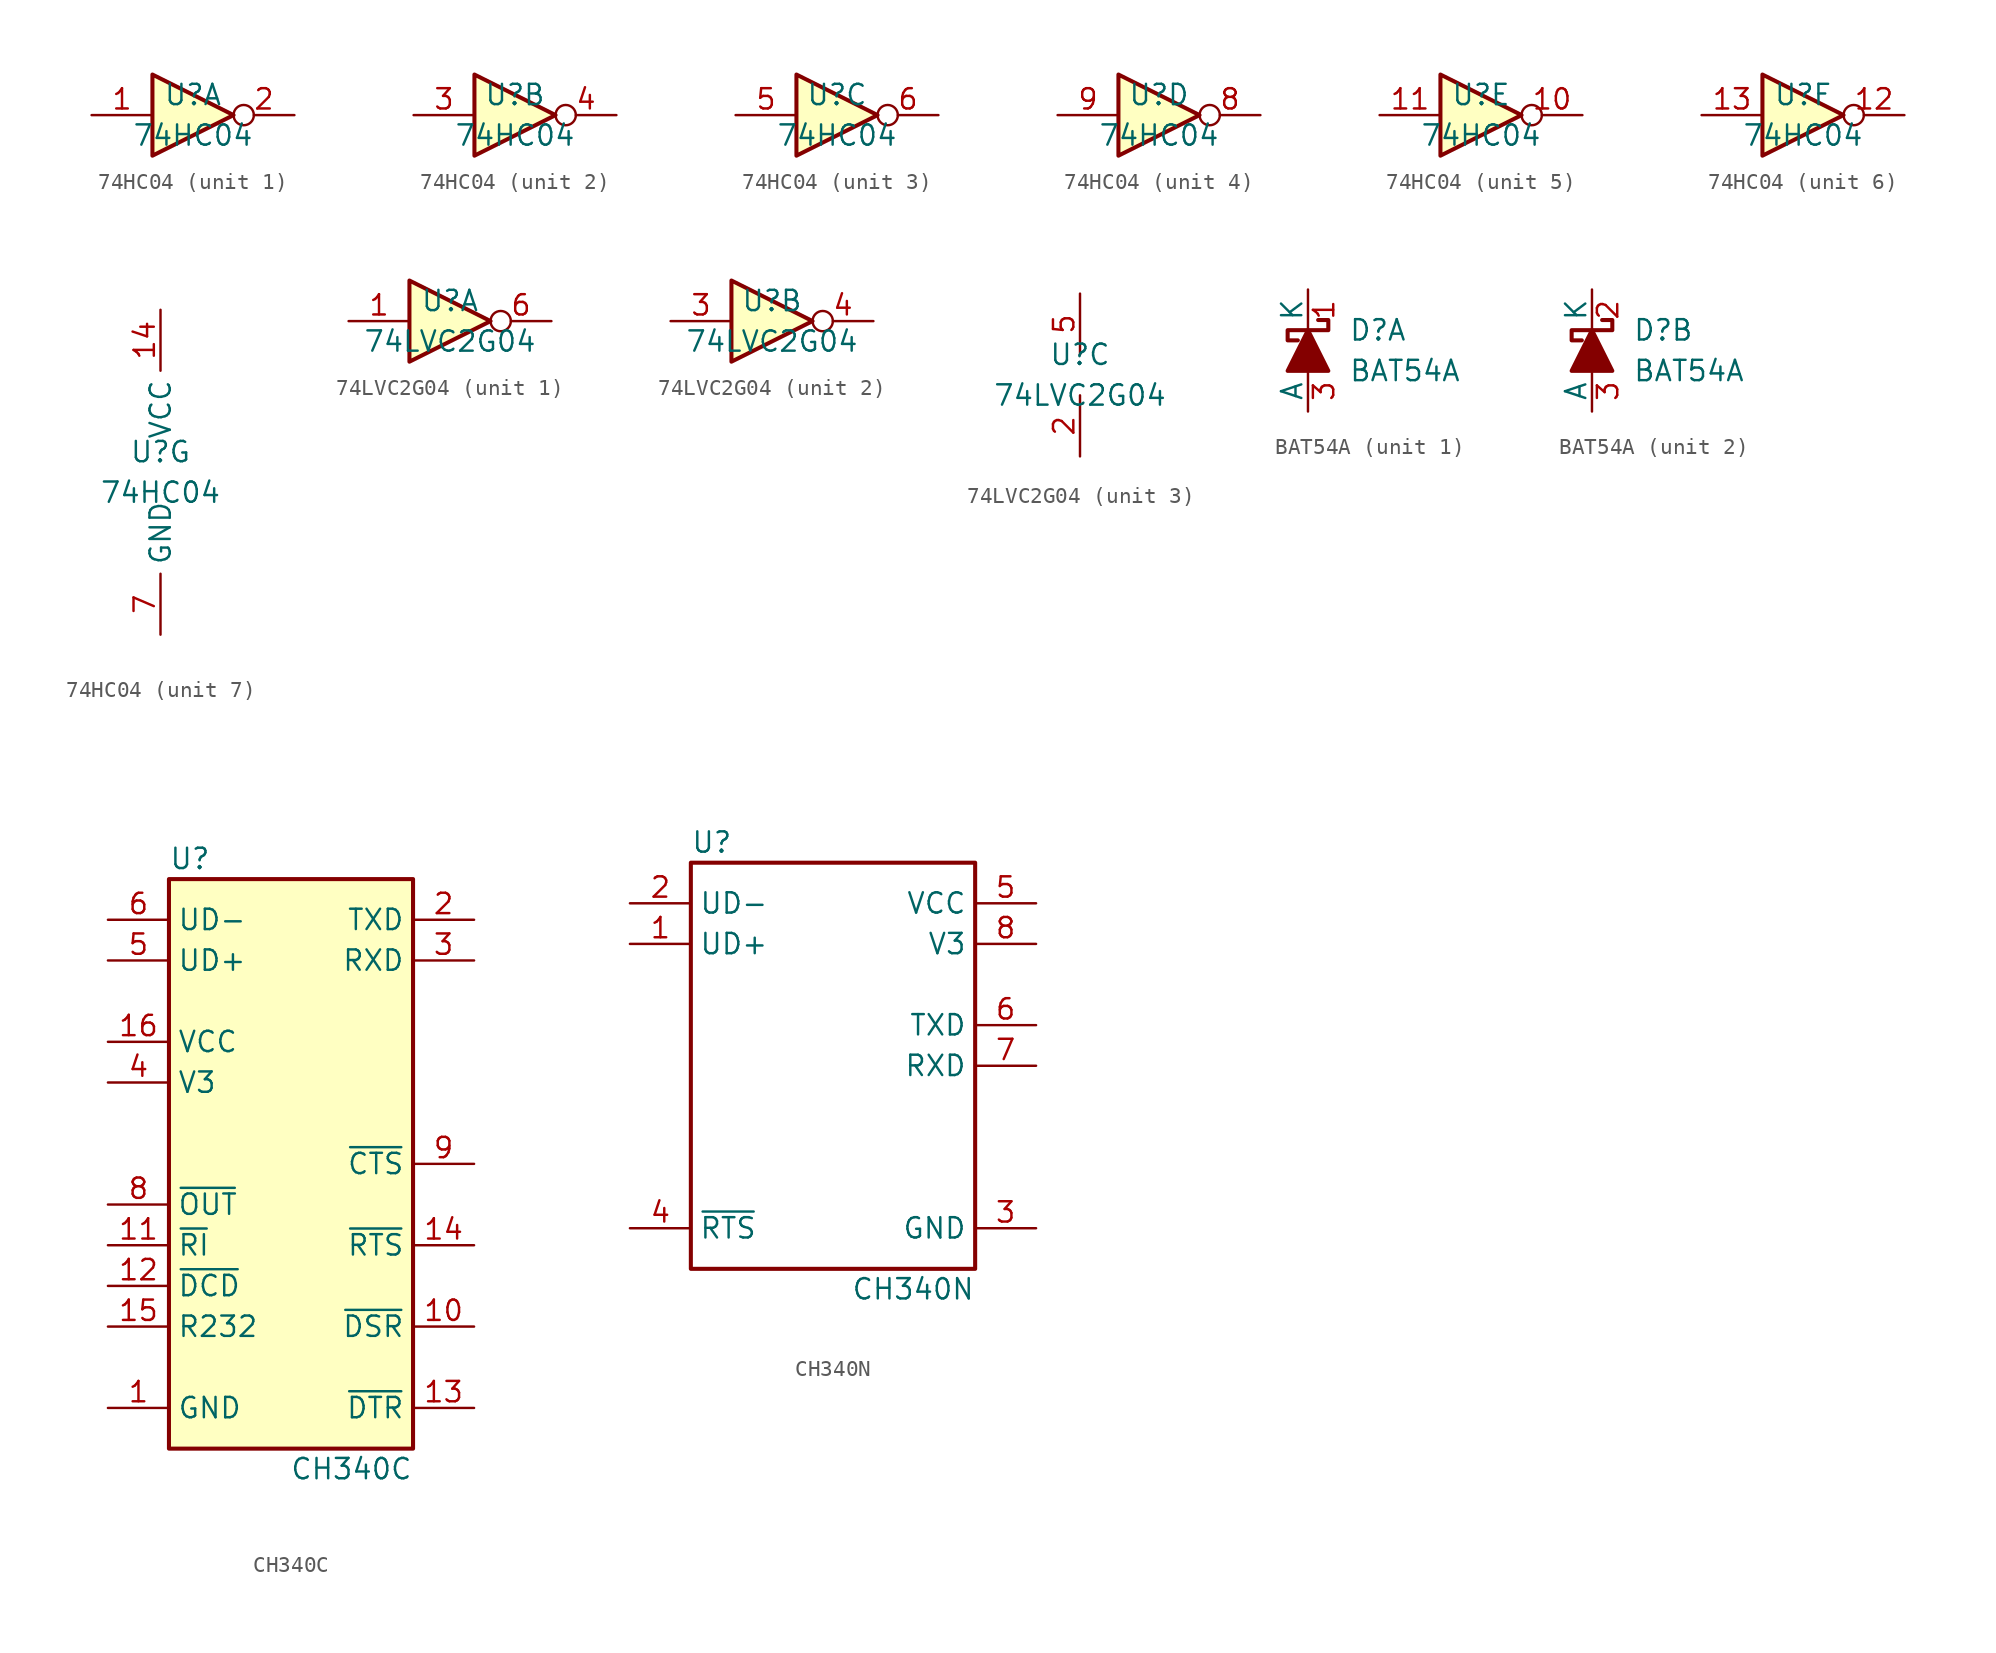
<source format=kicad_sym>
(kicad_symbol_lib
  (version 20231120)
  (generator "kicad_symbol_editor")
  (generator_version "8.0")
  (symbol "74HC04"
    (property "Reference" "U"
      (at 0 1.27 0)
      (effects (font (size 1.27 1.27))))
    (property "Value" "74HC04"
      (at 0 -1.27 0)
      (effects (font (size 1.27 1.27))))
    (property "ki_locked" ""
      (at 0 0 0)
      (effects (font (size 1.27 1.27))))
    (symbol "74HC04_1_0"
      (polyline (pts (xy -2.54 2.54) (xy -2.54 -2.54) (xy 2.54 0) (xy -2.54 2.54)) (stroke (width 0.254) (type default)) (fill (type background)))
      (pin input line (at -6.35 0 0) (length 3.81) (name "~" (effects (font (size 1.27 1.27)))) (number "1" (effects (font (size 1.27 1.27)))))
      (pin output inverted (at 6.35 0 180) (length 3.81) (name "~" (effects (font (size 1.27 1.27)))) (number "2" (effects (font (size 1.27 1.27))))))
    (symbol "74HC04_2_0"
      (polyline (pts (xy -2.54 2.54) (xy -2.54 -2.54) (xy 2.54 0) (xy -2.54 2.54)) (stroke (width 0.254) (type default)) (fill (type background)))
      (pin input line (at -6.35 0 0) (length 3.81) (name "~" (effects (font (size 1.27 1.27)))) (number "3" (effects (font (size 1.27 1.27)))))
      (pin output inverted (at 6.35 0 180) (length 3.81) (name "~" (effects (font (size 1.27 1.27)))) (number "4" (effects (font (size 1.27 1.27))))))
    (symbol "74HC04_3_0"
      (polyline (pts (xy -2.54 2.54) (xy -2.54 -2.54) (xy 2.54 0) (xy -2.54 2.54)) (stroke (width 0.254) (type default)) (fill (type background)))
      (pin input line (at -6.35 0 0) (length 3.81) (name "~" (effects (font (size 1.27 1.27)))) (number "5" (effects (font (size 1.27 1.27)))))
      (pin output inverted (at 6.35 0 180) (length 3.81) (name "~" (effects (font (size 1.27 1.27)))) (number "6" (effects (font (size 1.27 1.27))))))
    (symbol "74HC04_4_0"
      (polyline (pts (xy -2.54 2.54) (xy -2.54 -2.54) (xy 2.54 0) (xy -2.54 2.54)) (stroke (width 0.254) (type default)) (fill (type background)))
      (pin output inverted (at 6.35 0 180) (length 3.81) (name "~" (effects (font (size 1.27 1.27)))) (number "8" (effects (font (size 1.27 1.27)))))
      (pin input line (at -6.35 0 0) (length 3.81) (name "~" (effects (font (size 1.27 1.27)))) (number "9" (effects (font (size 1.27 1.27))))))
    (symbol "74HC04_5_0"
      (polyline (pts (xy -2.54 2.54) (xy -2.54 -2.54) (xy 2.54 0) (xy -2.54 2.54)) (stroke (width 0.254) (type default)) (fill (type background)))
      (pin output inverted (at 6.35 0 180) (length 3.81) (name "~" (effects (font (size 1.27 1.27)))) (number "10" (effects (font (size 1.27 1.27)))))
      (pin input line (at -6.35 0 0) (length 3.81) (name "~" (effects (font (size 1.27 1.27)))) (number "11" (effects (font (size 1.27 1.27))))))
    (symbol "74HC04_6_0"
      (polyline (pts (xy -2.54 2.54) (xy -2.54 -2.54) (xy 2.54 0) (xy -2.54 2.54)) (stroke (width 0.254) (type default)) (fill (type background)))
      (pin output inverted (at 6.35 0 180) (length 3.81) (name "~" (effects (font (size 1.27 1.27)))) (number "12" (effects (font (size 1.27 1.27)))))
      (pin input line (at -6.35 0 0) (length 3.81) (name "~" (effects (font (size 1.27 1.27)))) (number "13" (effects (font (size 1.27 1.27))))))
    (symbol "74HC04_7_0"
      (pin power_in line (at 0 10.16 270) (length 3.81) (name "VCC" (effects (font (size 1.27 1.27)))) (number "14" (effects (font (size 1.27 1.27)))))
      (pin power_in line (at 0 -10.16 90) (length 3.81) (name "GND" (effects (font (size 1.27 1.27)))) (number "7" (effects (font (size 1.27 1.27)))))))
  (symbol "74LVC2G04"
    (pin_names hide)
    (property "Reference" "U"
      (at 0 1.27 0)
      (effects (font (size 1.27 1.27))))
    (property "Value" "74LVC2G04"
      (at 0 -1.27 0)
      (effects (font (size 1.27 1.27))))
    (property "ki_locked" ""
      (at 0 0 0)
      (effects (font (size 1.27 1.27))))
    (symbol "74LVC2G04_1_0"
      (polyline (pts (xy -2.54 2.54) (xy -2.54 -2.54) (xy 2.54 0) (xy -2.54 2.54)) (stroke (width 0.254) (type default)) (fill (type background)))
      (pin input line (at -6.35 0 0) (length 3.81) (name "A1" (effects (font (size 1.27 1.27)))) (number "1" (effects (font (size 1.27 1.27)))))
      (pin output inverted (at 6.35 0 180) (length 3.81) (name "~{Y1}" (effects (font (size 1.27 1.27)))) (number "6" (effects (font (size 1.27 1.27))))))
    (symbol "74LVC2G04_2_0"
      (polyline (pts (xy -2.54 2.54) (xy -2.54 -2.54) (xy 2.54 0) (xy -2.54 2.54)) (stroke (width 0.254) (type default)) (fill (type background)))
      (pin input line (at -6.35 0 0) (length 3.81) (name "A2" (effects (font (size 1.27 1.27)))) (number "3" (effects (font (size 1.27 1.27)))))
      (pin output inverted (at 6.35 0 180) (length 3.81) (name "~{Y2}" (effects (font (size 1.27 1.27)))) (number "4" (effects (font (size 1.27 1.27))))))
    (symbol "74LVC2G04_3_0"
      (pin power_in line (at 0 -5.08 90) (length 3.81) (name "GND" (effects (font (size 1.27 1.27)))) (number "2" (effects (font (size 1.27 1.27)))))
      (pin power_in line (at 0 5.08 270) (length 3.81) (name "VCC" (effects (font (size 1.27 1.27)))) (number "5" (effects (font (size 1.27 1.27)))))))
  (symbol "BAT54A"
    (pin_names
      (offset 0))
    (property "Reference" "D"
      (at 2.54 1.27 0)
      (effects (font (size 1.27 1.27)) (justify left)))
    (property "Value" "BAT54A"
      (at 2.54 -1.27 0)
      (effects (font (size 1.27 1.27)) (justify left)))
    (property "ki_locked" ""
      (at 0 0 0)
      (effects (font (size 1.27 1.27))))
    (symbol "BAT54A_0_1"
      (polyline (pts (xy 1.27 -1.27) (xy -1.27 -1.27) (xy 0 1.27) (xy 1.27 -1.27)) (stroke (width 0.254) (type default)) (fill (type outline)))
      (polyline (pts (xy 0.635 1.905) (xy 1.27 1.905) (xy 1.27 1.27) (xy -1.27 1.27) (xy -1.27 0.635) (xy -0.635 0.635)) (stroke (width 0.254) (type default)) (fill (type none))))
    (symbol "BAT54A_1_1"
      (pin passive line (at 0 3.81 270) (length 2.54) (name "K" (effects (font (size 1.27 1.27)))) (number "1" (effects (font (size 1.27 1.27)))))
      (pin passive line (at 0 -3.81 90) (length 2.54) (name "A" (effects (font (size 1.27 1.27)))) (number "3" (effects (font (size 1.27 1.27))))))
    (symbol "BAT54A_2_1"
      (pin passive line (at 0 3.81 270) (length 2.54) (name "K" (effects (font (size 1.27 1.27)))) (number "2" (effects (font (size 1.27 1.27)))))
      (pin passive line (at 0 -3.81 90) (length 2.54) (name "A" (effects (font (size 1.27 1.27)))) (number "3" (effects (font (size 1.27 1.27)))))))
  (symbol "CH340C"
    (property "Reference" "U"
      (at -7.62 19.05 0)
      (effects (font (size 1.27 1.27)) (justify left)))
    (property "Value" "CH340C"
      (at 7.62 -19.05 0)
      (effects (font (size 1.27 1.27)) (justify right)))
    (symbol "CH340C_0_1"
      (rectangle (start -7.62 17.78) (end 7.62 -17.78) (stroke (width 0.254) (type default)) (fill (type background))))
    (symbol "CH340C_1_1"
      (pin power_in line (at -11.43 -15.24 0) (length 3.81) (name "GND" (effects (font (size 1.27 1.27)))) (number "1" (effects (font (size 1.27 1.27)))))
      (pin input line (at 11.43 -10.16 180) (length 3.81) (name "~{DSR}" (effects (font (size 1.27 1.27)))) (number "10" (effects (font (size 1.27 1.27)))))
      (pin input line (at -11.43 -5.08 0) (length 3.81) (name "~{RI}" (effects (font (size 1.27 1.27)))) (number "11" (effects (font (size 1.27 1.27)))))
      (pin input line (at -11.43 -7.62 0) (length 3.81) (name "~{DCD}" (effects (font (size 1.27 1.27)))) (number "12" (effects (font (size 1.27 1.27)))))
      (pin output line (at 11.43 -15.24 180) (length 3.81) (name "~{DTR}" (effects (font (size 1.27 1.27)))) (number "13" (effects (font (size 1.27 1.27)))))
      (pin output line (at 11.43 -5.08 180) (length 3.81) (name "~{RTS}" (effects (font (size 1.27 1.27)))) (number "14" (effects (font (size 1.27 1.27)))))
      (pin input line (at -11.43 -10.16 0) (length 3.81) (name "R232" (effects (font (size 1.27 1.27)))) (number "15" (effects (font (size 1.27 1.27)))))
      (pin power_in line (at -11.43 7.62 0) (length 3.81) (name "VCC" (effects (font (size 1.27 1.27)))) (number "16" (effects (font (size 1.27 1.27)))))
      (pin output line (at 11.43 15.24 180) (length 3.81) (name "TXD" (effects (font (size 1.27 1.27)))) (number "2" (effects (font (size 1.27 1.27)))))
      (pin input line (at 11.43 12.7 180) (length 3.81) (name "RXD" (effects (font (size 1.27 1.27)))) (number "3" (effects (font (size 1.27 1.27)))))
      (pin passive line (at -11.43 5.08 0) (length 3.81) (name "V3" (effects (font (size 1.27 1.27)))) (number "4" (effects (font (size 1.27 1.27)))))
      (pin bidirectional line (at -11.43 12.7 0) (length 3.81) (name "UD+" (effects (font (size 1.27 1.27)))) (number "5" (effects (font (size 1.27 1.27)))))
      (pin bidirectional line (at -11.43 15.24 0) (length 3.81) (name "UD-" (effects (font (size 1.27 1.27)))) (number "6" (effects (font (size 1.27 1.27)))))
      (pin no_connect line (at -11.43 0 0) (length 3.81) hide (name "NC" (effects (font (size 1.27 1.27)))) (number "7" (effects (font (size 1.27 1.27)))))
      (pin output line (at -11.43 -2.54 0) (length 3.81) (name "~{OUT}" (effects (font (size 1.27 1.27)))) (number "8" (effects (font (size 1.27 1.27)))))
      (pin input line (at 11.43 0 180) (length 3.81) (name "~{CTS}" (effects (font (size 1.27 1.27)))) (number "9" (effects (font (size 1.27 1.27)))))))
  (symbol "CH340N"
    (property "Reference" "U"
      (at -8.89 8.89 0)
      (effects (font (size 1.27 1.27)) (justify left)))
    (property "Value" "CH340N"
      (at 8.89 -19.05 0)
      (effects (font (size 1.27 1.27)) (justify right)))
    (symbol "CH340N_1_1"
      (rectangle (start -8.89 7.62) (end 8.89 -17.78) (stroke (width 0.254) (type default)) (fill (type none)))
      (pin bidirectional line (at -12.7 2.54 0) (length 3.81) (name "UD+" (effects (font (size 1.27 1.27)))) (number "1" (effects (font (size 1.27 1.27)))))
      (pin bidirectional line (at -12.7 5.08 0) (length 3.81) (name "UD-" (effects (font (size 1.27 1.27)))) (number "2" (effects (font (size 1.27 1.27)))))
      (pin power_in line (at 12.7 -15.24 180) (length 3.81) (name "GND" (effects (font (size 1.27 1.27)))) (number "3" (effects (font (size 1.27 1.27)))))
      (pin output line (at -12.7 -15.24 0) (length 3.81) (name "~{RTS}" (effects (font (size 1.27 1.27)))) (number "4" (effects (font (size 1.27 1.27)))))
      (pin power_in line (at 12.7 5.08 180) (length 3.81) (name "VCC" (effects (font (size 1.27 1.27)))) (number "5" (effects (font (size 1.27 1.27)))))
      (pin output line (at 12.7 -2.54 180) (length 3.81) (name "TXD" (effects (font (size 1.27 1.27)))) (number "6" (effects (font (size 1.27 1.27)))))
      (pin input line (at 12.7 -5.08 180) (length 3.81) (name "RXD" (effects (font (size 1.27 1.27)))) (number "7" (effects (font (size 1.27 1.27)))))
      (pin power_out line (at 12.7 2.54 180) (length 3.81) (name "V3" (effects (font (size 1.27 1.27)))) (number "8" (effects (font (size 1.27 1.27))))))))
</source>
